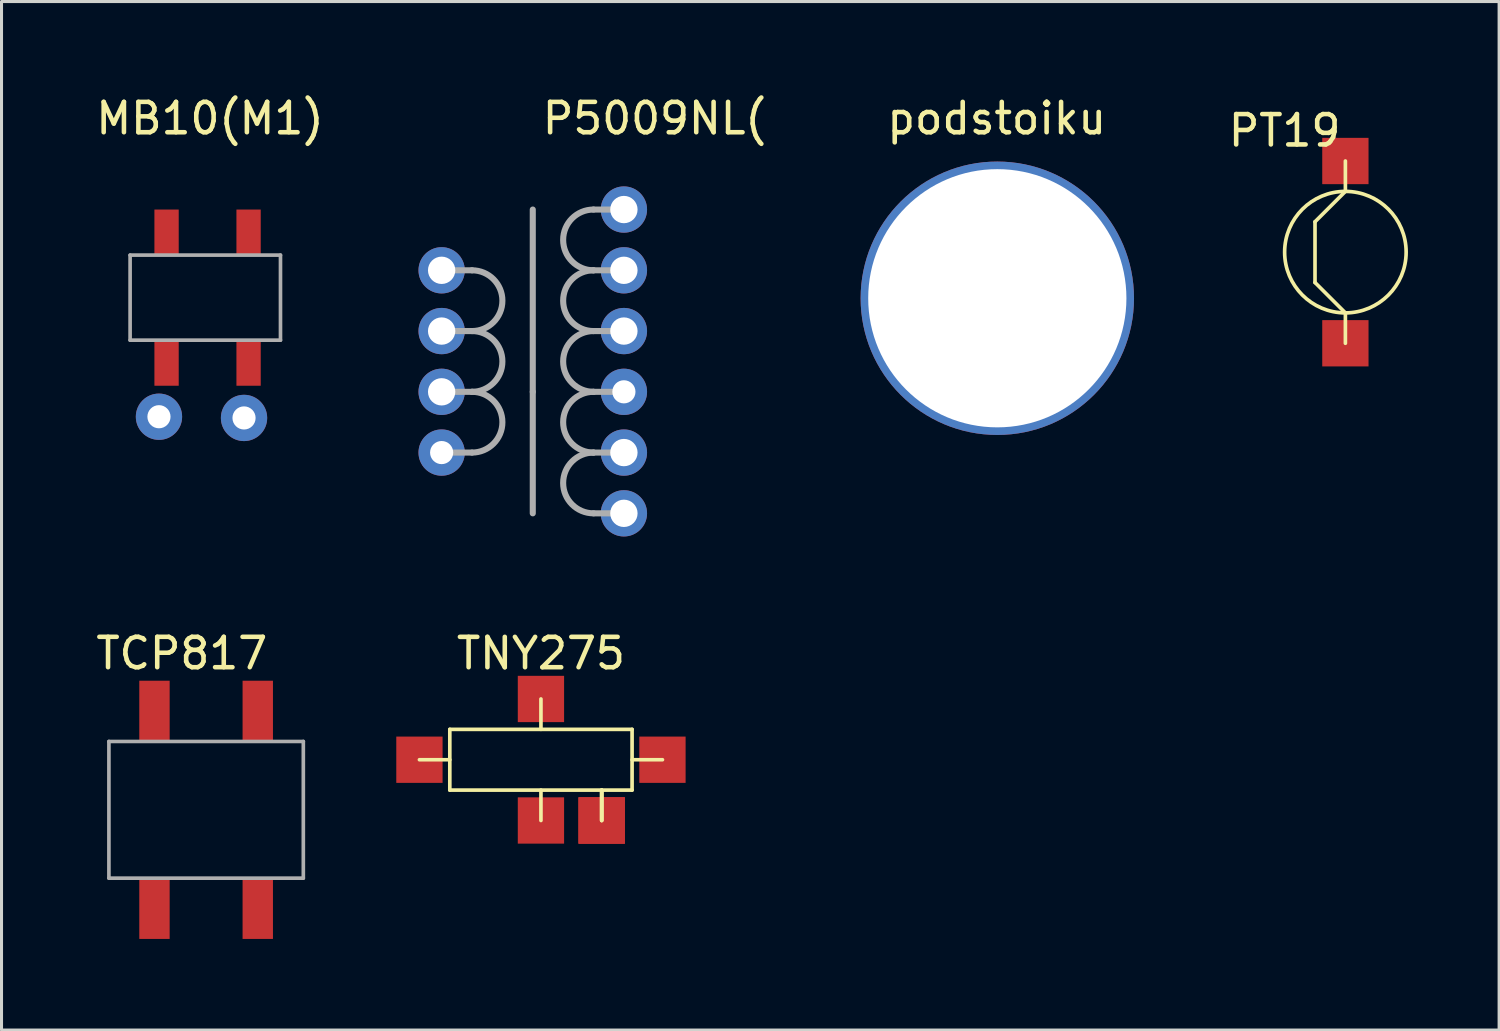
<source format=kicad_pcb>
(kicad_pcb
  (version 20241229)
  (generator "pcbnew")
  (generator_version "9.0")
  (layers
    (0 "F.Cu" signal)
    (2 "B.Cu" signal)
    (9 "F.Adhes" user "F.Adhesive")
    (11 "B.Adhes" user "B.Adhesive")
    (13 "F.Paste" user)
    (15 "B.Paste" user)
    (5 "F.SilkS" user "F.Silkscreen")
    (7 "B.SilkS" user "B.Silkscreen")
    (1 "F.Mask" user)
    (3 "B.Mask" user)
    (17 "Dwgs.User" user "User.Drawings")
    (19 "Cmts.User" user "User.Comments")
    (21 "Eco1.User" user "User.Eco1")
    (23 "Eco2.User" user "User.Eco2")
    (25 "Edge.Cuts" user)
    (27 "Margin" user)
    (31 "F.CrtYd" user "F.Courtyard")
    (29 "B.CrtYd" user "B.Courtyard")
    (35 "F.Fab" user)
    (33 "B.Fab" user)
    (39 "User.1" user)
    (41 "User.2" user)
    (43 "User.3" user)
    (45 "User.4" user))
  (footprint "MB10(M1)"
    (layer "F.Cu")
    (at 3.133 3.748)
    (property "Reference" "MB10(M1)" (at 0.73 -2.9 0) (layer "F.SilkS") (effects (font (size 1 1) (thickness 0.15))))
    (attr through_hole)
    (fp_line (start -1.9 1.6) (end 3.05 1.6) (stroke (width 0.12) (type solid)) (layer "F.Fab"))
    (fp_line (start -1.9 4.4) (end -1.9 1.6) (stroke (width 0.12) (type solid)) (layer "F.Fab"))
    (fp_line (start 3.05 1.6) (end 3.05 4.4) (stroke (width 0.12) (type solid)) (layer "F.Fab"))
    (fp_line (start 3.05 4.4) (end -1.9 4.4) (stroke (width 0.12) (type solid)) (layer "F.Fab"))
    (pad "1" smd rect (at -0.7 0.85) (size 0.8 1.5) (layers "F.Cu" "F.Mask" "F.Paste"))
    (pad "1" smd rect (at -0.7 5.15) (size 0.8 1.5) (layers "F.Cu" "F.Mask" "F.Paste"))
    (pad "1" smd rect (at 2 0.85) (size 0.8 1.5) (layers "F.Cu" "F.Mask" "F.Paste"))
    (pad "2" smd rect (at 2 5.15) (size 0.8 1.5) (layers "F.Cu" "F.Mask" "F.Paste"))
    (pad "3" thru_hole circle (at -0.95 6.92) (size 1.524 1.524) (drill 0.762) (layers "*.Cu" "*.Mask"))
    (pad "4" thru_hole circle (at 1.85 6.96) (size 1.524 1.524) (drill 0.762) (layers "*.Cu" "*.Mask")))
  (footprint "P5009NL("
    (layer "F.Cu")
    (at 14.488 1.848)
    (property "Reference" "P5009NL(" (at 4 -1 0) (layer "F.SilkS") (effects (font (size 1 1) (thickness 0.15))))
    (attr through_hole)
    (fp_line (start -3 4) (end -2 4) (stroke (width 0.2) (type solid)) (layer "F.Fab"))
    (fp_line (start -3 10) (end -2 10) (stroke (width 0.2) (type solid)) (layer "F.Fab"))
    (fp_line (start -2 6) (end -3 6) (stroke (width 0.2) (type solid)) (layer "F.Fab"))
    (fp_line (start -2 8) (end -3 8) (stroke (width 0.2) (type solid)) (layer "F.Fab"))
    (fp_line (start 0 2) (end 0 8) (stroke (width 0.2) (type solid)) (layer "F.Fab"))
    (fp_line (start 0 12) (end 0 8) (stroke (width 0.2) (type solid)) (layer "F.Fab"))
    (fp_line (start 2 2) (end 3 2) (stroke (width 0.2) (type solid)) (layer "F.Fab"))
    (fp_line (start 2 4) (end 3 4) (stroke (width 0.2) (type solid)) (layer "F.Fab"))
    (fp_line (start 2 6) (end 3 6) (stroke (width 0.2) (type solid)) (layer "F.Fab"))
    (fp_line (start 2 8) (end 3 8) (stroke (width 0.2) (type solid)) (layer "F.Fab"))
    (fp_line (start 2 10) (end 3 10) (stroke (width 0.2) (type solid)) (layer "F.Fab"))
    (fp_line (start 2 12) (end 3 12) (stroke (width 0.2) (type solid)) (layer "F.Fab"))
    (fp_arc (start -2 4) (mid -1 5) (end -2 6) (stroke (width 0.2) (type solid)) (layer "F.Fab"))
    (fp_arc (start -2 6) (mid -1 7) (end -2 8) (stroke (width 0.2) (type solid)) (layer "F.Fab"))
    (fp_arc (start -2 8) (mid -1 9) (end -2 10) (stroke (width 0.2) (type solid)) (layer "F.Fab"))
    (fp_arc (start 2 4) (mid 1 3) (end 2 2) (stroke (width 0.2) (type solid)) (layer "F.Fab"))
    (fp_arc (start 2 6) (mid 1 5) (end 2 4) (stroke (width 0.2) (type solid)) (layer "F.Fab"))
    (fp_arc (start 2 8) (mid 1 7) (end 2 6) (stroke (width 0.2) (type solid)) (layer "F.Fab"))
    (fp_arc (start 2 10) (mid 1 9) (end 2 8) (stroke (width 0.2) (type solid)) (layer "F.Fab"))
    (fp_arc (start 2 12) (mid 1 11) (end 2 10) (stroke (width 0.2) (type solid)) (layer "F.Fab"))
    (pad "1" thru_hole circle (at -3 6) (size 1.524 1.524) (drill 0.9) (layers "*.Cu" "*.Mask"))
    (pad "2" thru_hole circle (at -3 8) (size 1.524 1.524) (drill 0.9) (layers "*.Cu" "*.Mask"))
    (pad "3" thru_hole circle (at -3 4) (size 1.524 1.524) (drill 0.9) (layers "*.Cu" "*.Mask"))
    (pad "4" thru_hole circle (at -3 10) (size 1.524 1.524) (drill 0.762) (layers "*.Cu" "*.Mask"))
    (pad "5" thru_hole circle (at 3 12) (size 1.524 1.524) (drill 0.9) (layers "*.Cu" "*.Mask"))
    (pad "6" thru_hole circle (at 3 4) (size 1.524 1.524) (drill 0.9) (layers "*.Cu" "*.Mask"))
    (pad "7" thru_hole circle (at 3 6) (size 1.524 1.524) (drill 0.9) (layers "*.Cu" "*.Mask"))
    (pad "8" thru_hole circle (at 3 2) (size 1.524 1.524) (drill 0.9) (layers "*.Cu" "*.Mask"))
    (pad "9" thru_hole circle (at 3 8) (size 1.524 1.524) (drill 0.762) (layers "*.Cu" "*.Mask"))
    (pad "10" thru_hole circle (at 3 10) (size 1.524 1.524) (drill 0.9) (layers "*.Cu" "*.Mask")))
  (footprint "podstoiku"
    (layer "F.Cu")
    (at 29.76 0.348)
    (property "Reference" "podstoiku" (at 0 0.5 0) (layer "F.SilkS") (effects (font (size 1 1) (thickness 0.15))))
    (attr through_hole)
    (pad "d1" thru_hole circle (at 0.02 6.42) (size 9 9) (drill 8.5) (layers "*.Cu" "*.Mask")))
  (footprint "TCP817"
    (layer "F.Cu")
    (at 1.535 18.358)
    (property "Reference" "TCP817" (at 1.4 0.1 0) (layer "F.SilkS") (effects (font (size 1 1) (thickness 0.15))))
    (attr smd)
    (fp_line (start -1 3) (end 5.4 3) (stroke (width 0.12) (type solid)) (layer "F.Fab"))
    (fp_line (start -1 7.5) (end -1 3) (stroke (width 0.12) (type solid)) (layer "F.Fab"))
    (fp_line (start 5.4 3) (end 5.4 7.5) (stroke (width 0.12) (type solid)) (layer "F.Fab"))
    (fp_line (start 5.4 7.5) (end -1 7.5) (stroke (width 0.12) (type solid)) (layer "F.Fab"))
    (pad "1" smd rect (at 0.5 2) (size 1 2) (layers "F.Cu" "F.Mask" "F.Paste"))
    (pad "2" smd rect (at 3.9 2) (size 1 2) (layers "F.Cu" "F.Mask" "F.Paste"))
    (pad "3" smd rect (at 3.9 8.5) (size 1 2) (layers "F.Cu" "F.Mask" "F.Paste"))
    (pad "4" smd rect (at 0.5 8.5) (size 1 2) (layers "F.Cu" "F.Mask" "F.Paste")))
  (footprint "TNY275"
    (layer "F.Cu")
    (at 14.757 17.959)
    (property "Reference" "TNY275" (at 0 0.5 0) (layer "F.SilkS") (effects (font (size 1 1) (thickness 0.15))))
    (attr through_hole)
    (fp_line (start -3 3) (end 3 3) (stroke (width 0.12) (type solid)) (layer "F.SilkS"))
    (fp_line (start -3 4) (end -4 4) (stroke (width 0.12) (type solid)) (layer "F.SilkS"))
    (fp_line (start -3 5) (end -3 3) (stroke (width 0.12) (type solid)) (layer "F.SilkS"))
    (fp_line (start 0 3) (end 0 2) (stroke (width 0.12) (type solid)) (layer "F.SilkS"))
    (fp_line (start 0 5) (end 0 6) (stroke (width 0.12) (type solid)) (layer "F.SilkS"))
    (fp_line (start 2 5) (end 2 6) (stroke (width 0.12) (type solid)) (layer "F.SilkS"))
    (fp_line (start 2 5) (end 2 6) (stroke (width 0.12) (type solid)) (layer "F.SilkS"))
    (fp_line (start 2 5) (end 2 6) (stroke (width 0.12) (type solid)) (layer "F.SilkS"))
    (fp_line (start 3 3) (end 3 5) (stroke (width 0.12) (type solid)) (layer "F.SilkS"))
    (fp_line (start 3 4) (end 4 4) (stroke (width 0.12) (type solid)) (layer "F.SilkS"))
    (fp_line (start 3 5) (end -3 5) (stroke (width 0.12) (type solid)) (layer "F.SilkS"))
    (pad "1" connect rect (at -4 4) (size 1.524 1.524) (layers "F.Cu" "F.Mask"))
    (pad "2" connect rect (at 4 4) (size 1.524 1.524) (layers "F.Cu" "F.Mask"))
    (pad "4" connect rect (at 0 2) (size 1.524 1.524) (layers "F.Cu" "F.Mask"))
    (pad "5" connect rect (at 0 6) (size 1.524 1.524) (layers "F.Cu" "F.Mask"))
    (pad "6" connect rect (at 2 6) (size 1.524 1.524) (layers "F.Cu" "F.Mask"))
    (pad "7" connect rect (at 2 6) (size 1.524 1.524) (layers "F.Cu" "F.Mask"))
    (pad "8" connect rect (at 2 6) (size 1.524 1.524) (layers "F.Cu" "F.Mask")))
  (footprint "PT19"
    (layer "F.Cu")
    (at 41.238 0.25)
    (property "Reference" "PT19" (at -2 1 0) (layer "F.SilkS") (effects (font (size 1 1) (thickness 0.15))))
    (attr through_hole)
    (fp_line (start -1 4) (end -1 6) (stroke (width 0.12) (type solid)) (layer "F.SilkS"))
    (fp_line (start -1 6) (end 0 7) (stroke (width 0.12) (type solid)) (layer "F.SilkS"))
    (fp_line (start 0 2) (end 0 3) (stroke (width 0.12) (type solid)) (layer "F.SilkS"))
    (fp_line (start 0 3) (end -1 4) (stroke (width 0.12) (type solid)) (layer "F.SilkS"))
    (fp_line (start 0 7) (end 0 8) (stroke (width 0.12) (type solid)) (layer "F.SilkS"))
    (fp_circle (center 0 5) (end 2 5) (stroke (width 0.12) (type solid)) (fill no) (layer "F.SilkS"))
    (pad "1" connect rect (at 0 2) (size 1.524 1.524) (layers "F.Cu" "F.Mask"))
    (pad "2" smd rect (at 0 8) (size 1.524 1.524) (layers "F.Cu" "F.Mask" "F.Paste")))
  (gr_rect
    (start -3 -3)
    (end 46.298 30.858)
    (stroke (width 0.1) (type default))
    (fill no)
    (layer "Edge.Cuts")))
</source>
